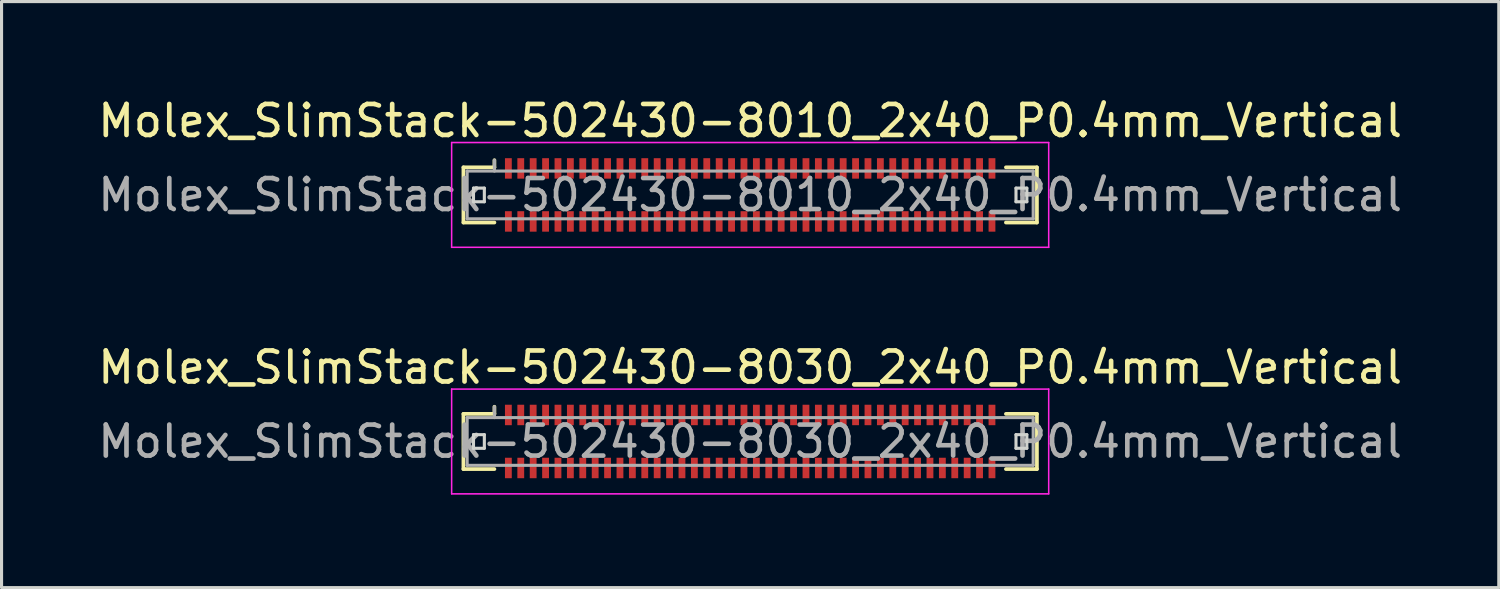
<source format=kicad_pcb>
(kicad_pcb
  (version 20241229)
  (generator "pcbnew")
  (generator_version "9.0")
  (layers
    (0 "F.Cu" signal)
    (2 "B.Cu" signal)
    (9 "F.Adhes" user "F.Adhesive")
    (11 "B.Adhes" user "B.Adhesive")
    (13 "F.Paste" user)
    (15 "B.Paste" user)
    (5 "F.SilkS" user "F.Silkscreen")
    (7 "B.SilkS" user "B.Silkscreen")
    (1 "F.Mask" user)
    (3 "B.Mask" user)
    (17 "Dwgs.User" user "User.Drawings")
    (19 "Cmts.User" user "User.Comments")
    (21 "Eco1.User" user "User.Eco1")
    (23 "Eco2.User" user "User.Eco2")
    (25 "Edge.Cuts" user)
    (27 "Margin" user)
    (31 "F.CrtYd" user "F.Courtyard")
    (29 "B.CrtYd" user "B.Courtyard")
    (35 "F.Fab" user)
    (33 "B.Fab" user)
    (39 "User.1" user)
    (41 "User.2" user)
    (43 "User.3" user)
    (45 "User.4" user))
  (footprint "Molex_SlimStack-502430-8010_2x40_P0.4mm_Vertical"
    (layer "F.Cu")
    (at 21.149 3.238)
    (property "Reference" "Molex_SlimStack-502430-8010_2x40_P0.4mm_Vertical" (at 0 -2.39 0) (layer "F.SilkS") (effects (font (size 1 1) (thickness 0.15))))
    (attr smd)
    (fp_line (start -9.25 -0.89) (end -8.25 -0.89) (stroke (width 0.12) (type solid)) (layer "F.SilkS"))
    (fp_line (start -9.25 0.89) (end -9.25 -0.89) (stroke (width 0.12) (type solid)) (layer "F.SilkS"))
    (fp_line (start -8.25 -0.89) (end -8.25 -1.12) (stroke (width 0.12) (type solid)) (layer "F.SilkS"))
    (fp_line (start -8.25 0.89) (end -9.25 0.89) (stroke (width 0.12) (type solid)) (layer "F.SilkS"))
    (fp_line (start 8.25 0.89) (end 9.25 0.89) (stroke (width 0.12) (type solid)) (layer "F.SilkS"))
    (fp_line (start 9.25 -0.89) (end 8.25 -0.89) (stroke (width 0.12) (type solid)) (layer "F.SilkS"))
    (fp_line (start 9.25 0.89) (end 9.25 -0.89) (stroke (width 0.12) (type solid)) (layer "F.SilkS"))
    (fp_line (start -8.925 -0.22) (end -8.925 0.22) (stroke (width 0.1) (type solid)) (layer "Edge.Cuts"))
    (fp_line (start -8.925 0.22) (end -8.575 0.22) (stroke (width 0.1) (type solid)) (layer "Edge.Cuts"))
    (fp_line (start -8.575 -0.22) (end -8.925 -0.22) (stroke (width 0.1) (type solid)) (layer "Edge.Cuts"))
    (fp_line (start -8.575 0.22) (end -8.575 -0.22) (stroke (width 0.1) (type solid)) (layer "Edge.Cuts"))
    (fp_line (start 8.575 -0.22) (end 8.575 0.22) (stroke (width 0.1) (type solid)) (layer "Edge.Cuts"))
    (fp_line (start 8.575 0.22) (end 8.925 0.22) (stroke (width 0.1) (type solid)) (layer "Edge.Cuts"))
    (fp_line (start 8.925 -0.22) (end 8.575 -0.22) (stroke (width 0.1) (type solid)) (layer "Edge.Cuts"))
    (fp_line (start 8.925 0.22) (end 8.925 -0.22) (stroke (width 0.1) (type solid)) (layer "Edge.Cuts"))
    (fp_line (start -9.63 -1.69) (end -9.63 1.69) (stroke (width 0.05) (type solid)) (layer "F.CrtYd"))
    (fp_line (start -9.63 1.69) (end 9.63 1.69) (stroke (width 0.05) (type solid)) (layer "F.CrtYd"))
    (fp_line (start 9.63 -1.69) (end -9.63 -1.69) (stroke (width 0.05) (type solid)) (layer "F.CrtYd"))
    (fp_line (start 9.63 1.69) (end 9.63 -1.69) (stroke (width 0.05) (type solid)) (layer "F.CrtYd"))
    (fp_line (start -9.13 -0.77) (end -9.13 0.77) (stroke (width 0.1) (type solid)) (layer "F.Fab"))
    (fp_line (start -9.13 0.77) (end 9.13 0.77) (stroke (width 0.1) (type solid)) (layer "F.Fab"))
    (fp_line (start -8.25 -0.77) (end -8.25 -1.12) (stroke (width 0.1) (type solid)) (layer "F.Fab"))
    (fp_line (start 9.13 -0.77) (end -9.13 -0.77) (stroke (width 0.1) (type solid)) (layer "F.Fab"))
    (fp_line (start 9.13 0.77) (end 9.13 -0.77) (stroke (width 0.1) (type solid)) (layer "F.Fab"))
    (fp_text user "${REFERENCE}" (at 0 0 0) (layer "F.Fab") (effects (font (size 1 1) (thickness 0.15))))
    (pad "1" smd rect (at -7.8 -0.855) (size 0.22 0.66) (layers "F.Cu" "F.Mask" "F.Paste"))
    (pad "2" smd rect (at -7.8 0.855) (size 0.22 0.66) (layers "F.Cu" "F.Mask" "F.Paste"))
    (pad "3" smd rect (at -7.4 -0.855) (size 0.22 0.66) (layers "F.Cu" "F.Mask" "F.Paste"))
    (pad "4" smd rect (at -7.4 0.855) (size 0.22 0.66) (layers "F.Cu" "F.Mask" "F.Paste"))
    (pad "5" smd rect (at -7 -0.855) (size 0.22 0.66) (layers "F.Cu" "F.Mask" "F.Paste"))
    (pad "6" smd rect (at -7 0.855) (size 0.22 0.66) (layers "F.Cu" "F.Mask" "F.Paste"))
    (pad "7" smd rect (at -6.6 -0.855) (size 0.22 0.66) (layers "F.Cu" "F.Mask" "F.Paste"))
    (pad "8" smd rect (at -6.6 0.855) (size 0.22 0.66) (layers "F.Cu" "F.Mask" "F.Paste"))
    (pad "9" smd rect (at -6.2 -0.855) (size 0.22 0.66) (layers "F.Cu" "F.Mask" "F.Paste"))
    (pad "10" smd rect (at -6.2 0.855) (size 0.22 0.66) (layers "F.Cu" "F.Mask" "F.Paste"))
    (pad "11" smd rect (at -5.8 -0.855) (size 0.22 0.66) (layers "F.Cu" "F.Mask" "F.Paste"))
    (pad "12" smd rect (at -5.8 0.855) (size 0.22 0.66) (layers "F.Cu" "F.Mask" "F.Paste"))
    (pad "13" smd rect (at -5.4 -0.855) (size 0.22 0.66) (layers "F.Cu" "F.Mask" "F.Paste"))
    (pad "14" smd rect (at -5.4 0.855) (size 0.22 0.66) (layers "F.Cu" "F.Mask" "F.Paste"))
    (pad "15" smd rect (at -5 -0.855) (size 0.22 0.66) (layers "F.Cu" "F.Mask" "F.Paste"))
    (pad "16" smd rect (at -5 0.855) (size 0.22 0.66) (layers "F.Cu" "F.Mask" "F.Paste"))
    (pad "17" smd rect (at -4.6 -0.855) (size 0.22 0.66) (layers "F.Cu" "F.Mask" "F.Paste"))
    (pad "18" smd rect (at -4.6 0.855) (size 0.22 0.66) (layers "F.Cu" "F.Mask" "F.Paste"))
    (pad "19" smd rect (at -4.2 -0.855) (size 0.22 0.66) (layers "F.Cu" "F.Mask" "F.Paste"))
    (pad "20" smd rect (at -4.2 0.855) (size 0.22 0.66) (layers "F.Cu" "F.Mask" "F.Paste"))
    (pad "21" smd rect (at -3.8 -0.855) (size 0.22 0.66) (layers "F.Cu" "F.Mask" "F.Paste"))
    (pad "22" smd rect (at -3.8 0.855) (size 0.22 0.66) (layers "F.Cu" "F.Mask" "F.Paste"))
    (pad "23" smd rect (at -3.4 -0.855) (size 0.22 0.66) (layers "F.Cu" "F.Mask" "F.Paste"))
    (pad "24" smd rect (at -3.4 0.855) (size 0.22 0.66) (layers "F.Cu" "F.Mask" "F.Paste"))
    (pad "25" smd rect (at -3 -0.855) (size 0.22 0.66) (layers "F.Cu" "F.Mask" "F.Paste"))
    (pad "26" smd rect (at -3 0.855) (size 0.22 0.66) (layers "F.Cu" "F.Mask" "F.Paste"))
    (pad "27" smd rect (at -2.6 -0.855) (size 0.22 0.66) (layers "F.Cu" "F.Mask" "F.Paste"))
    (pad "28" smd rect (at -2.6 0.855) (size 0.22 0.66) (layers "F.Cu" "F.Mask" "F.Paste"))
    (pad "29" smd rect (at -2.2 -0.855) (size 0.22 0.66) (layers "F.Cu" "F.Mask" "F.Paste"))
    (pad "30" smd rect (at -2.2 0.855) (size 0.22 0.66) (layers "F.Cu" "F.Mask" "F.Paste"))
    (pad "31" smd rect (at -1.8 -0.855) (size 0.22 0.66) (layers "F.Cu" "F.Mask" "F.Paste"))
    (pad "32" smd rect (at -1.8 0.855) (size 0.22 0.66) (layers "F.Cu" "F.Mask" "F.Paste"))
    (pad "33" smd rect (at -1.4 -0.855) (size 0.22 0.66) (layers "F.Cu" "F.Mask" "F.Paste"))
    (pad "34" smd rect (at -1.4 0.855) (size 0.22 0.66) (layers "F.Cu" "F.Mask" "F.Paste"))
    (pad "35" smd rect (at -1 -0.855) (size 0.22 0.66) (layers "F.Cu" "F.Mask" "F.Paste"))
    (pad "36" smd rect (at -1 0.855) (size 0.22 0.66) (layers "F.Cu" "F.Mask" "F.Paste"))
    (pad "37" smd rect (at -0.6 -0.855) (size 0.22 0.66) (layers "F.Cu" "F.Mask" "F.Paste"))
    (pad "38" smd rect (at -0.6 0.855) (size 0.22 0.66) (layers "F.Cu" "F.Mask" "F.Paste"))
    (pad "39" smd rect (at -0.2 -0.855) (size 0.22 0.66) (layers "F.Cu" "F.Mask" "F.Paste"))
    (pad "40" smd rect (at -0.2 0.855) (size 0.22 0.66) (layers "F.Cu" "F.Mask" "F.Paste"))
    (pad "41" smd rect (at 0.2 -0.855) (size 0.22 0.66) (layers "F.Cu" "F.Mask" "F.Paste"))
    (pad "42" smd rect (at 0.2 0.855) (size 0.22 0.66) (layers "F.Cu" "F.Mask" "F.Paste"))
    (pad "43" smd rect (at 0.6 -0.855) (size 0.22 0.66) (layers "F.Cu" "F.Mask" "F.Paste"))
    (pad "44" smd rect (at 0.6 0.855) (size 0.22 0.66) (layers "F.Cu" "F.Mask" "F.Paste"))
    (pad "45" smd rect (at 1 -0.855) (size 0.22 0.66) (layers "F.Cu" "F.Mask" "F.Paste"))
    (pad "46" smd rect (at 1 0.855) (size 0.22 0.66) (layers "F.Cu" "F.Mask" "F.Paste"))
    (pad "47" smd rect (at 1.4 -0.855) (size 0.22 0.66) (layers "F.Cu" "F.Mask" "F.Paste"))
    (pad "48" smd rect (at 1.4 0.855) (size 0.22 0.66) (layers "F.Cu" "F.Mask" "F.Paste"))
    (pad "49" smd rect (at 1.8 -0.855) (size 0.22 0.66) (layers "F.Cu" "F.Mask" "F.Paste"))
    (pad "50" smd rect (at 1.8 0.855) (size 0.22 0.66) (layers "F.Cu" "F.Mask" "F.Paste"))
    (pad "51" smd rect (at 2.2 -0.855) (size 0.22 0.66) (layers "F.Cu" "F.Mask" "F.Paste"))
    (pad "52" smd rect (at 2.2 0.855) (size 0.22 0.66) (layers "F.Cu" "F.Mask" "F.Paste"))
    (pad "53" smd rect (at 2.6 -0.855) (size 0.22 0.66) (layers "F.Cu" "F.Mask" "F.Paste"))
    (pad "54" smd rect (at 2.6 0.855) (size 0.22 0.66) (layers "F.Cu" "F.Mask" "F.Paste"))
    (pad "55" smd rect (at 3 -0.855) (size 0.22 0.66) (layers "F.Cu" "F.Mask" "F.Paste"))
    (pad "56" smd rect (at 3 0.855) (size 0.22 0.66) (layers "F.Cu" "F.Mask" "F.Paste"))
    (pad "57" smd rect (at 3.4 -0.855) (size 0.22 0.66) (layers "F.Cu" "F.Mask" "F.Paste"))
    (pad "58" smd rect (at 3.4 0.855) (size 0.22 0.66) (layers "F.Cu" "F.Mask" "F.Paste"))
    (pad "59" smd rect (at 3.8 -0.855) (size 0.22 0.66) (layers "F.Cu" "F.Mask" "F.Paste"))
    (pad "60" smd rect (at 3.8 0.855) (size 0.22 0.66) (layers "F.Cu" "F.Mask" "F.Paste"))
    (pad "61" smd rect (at 4.2 -0.855) (size 0.22 0.66) (layers "F.Cu" "F.Mask" "F.Paste"))
    (pad "62" smd rect (at 4.2 0.855) (size 0.22 0.66) (layers "F.Cu" "F.Mask" "F.Paste"))
    (pad "63" smd rect (at 4.6 -0.855) (size 0.22 0.66) (layers "F.Cu" "F.Mask" "F.Paste"))
    (pad "64" smd rect (at 4.6 0.855) (size 0.22 0.66) (layers "F.Cu" "F.Mask" "F.Paste"))
    (pad "65" smd rect (at 5 -0.855) (size 0.22 0.66) (layers "F.Cu" "F.Mask" "F.Paste"))
    (pad "66" smd rect (at 5 0.855) (size 0.22 0.66) (layers "F.Cu" "F.Mask" "F.Paste"))
    (pad "67" smd rect (at 5.4 -0.855) (size 0.22 0.66) (layers "F.Cu" "F.Mask" "F.Paste"))
    (pad "68" smd rect (at 5.4 0.855) (size 0.22 0.66) (layers "F.Cu" "F.Mask" "F.Paste"))
    (pad "69" smd rect (at 5.8 -0.855) (size 0.22 0.66) (layers "F.Cu" "F.Mask" "F.Paste"))
    (pad "70" smd rect (at 5.8 0.855) (size 0.22 0.66) (layers "F.Cu" "F.Mask" "F.Paste"))
    (pad "71" smd rect (at 6.2 -0.855) (size 0.22 0.66) (layers "F.Cu" "F.Mask" "F.Paste"))
    (pad "72" smd rect (at 6.2 0.855) (size 0.22 0.66) (layers "F.Cu" "F.Mask" "F.Paste"))
    (pad "73" smd rect (at 6.6 -0.855) (size 0.22 0.66) (layers "F.Cu" "F.Mask" "F.Paste"))
    (pad "74" smd rect (at 6.6 0.855) (size 0.22 0.66) (layers "F.Cu" "F.Mask" "F.Paste"))
    (pad "75" smd rect (at 7 -0.855) (size 0.22 0.66) (layers "F.Cu" "F.Mask" "F.Paste"))
    (pad "76" smd rect (at 7 0.855) (size 0.22 0.66) (layers "F.Cu" "F.Mask" "F.Paste"))
    (pad "77" smd rect (at 7.4 -0.855) (size 0.22 0.66) (layers "F.Cu" "F.Mask" "F.Paste"))
    (pad "78" smd rect (at 7.4 0.855) (size 0.22 0.66) (layers "F.Cu" "F.Mask" "F.Paste"))
    (pad "79" smd rect (at 7.8 -0.855) (size 0.22 0.66) (layers "F.Cu" "F.Mask" "F.Paste"))
    (pad "80" smd rect (at 7.8 0.855) (size 0.22 0.66) (layers "F.Cu" "F.Mask" "F.Paste")))
  (footprint "Molex_SlimStack-502430-8030_2x40_P0.4mm_Vertical"
    (layer "F.Cu")
    (at 21.149 11.191)
    (property "Reference" "Molex_SlimStack-502430-8030_2x40_P0.4mm_Vertical" (at 0 -2.39 0) (layer "F.SilkS") (effects (font (size 1 1) (thickness 0.15))))
    (attr smd)
    (fp_line (start -9.25 -0.89) (end -8.25 -0.89) (stroke (width 0.12) (type solid)) (layer "F.SilkS"))
    (fp_line (start -9.25 0.89) (end -9.25 -0.89) (stroke (width 0.12) (type solid)) (layer "F.SilkS"))
    (fp_line (start -8.25 -0.89) (end -8.25 -1.12) (stroke (width 0.12) (type solid)) (layer "F.SilkS"))
    (fp_line (start -8.25 0.89) (end -9.25 0.89) (stroke (width 0.12) (type solid)) (layer "F.SilkS"))
    (fp_line (start 8.25 0.89) (end 9.25 0.89) (stroke (width 0.12) (type solid)) (layer "F.SilkS"))
    (fp_line (start 9.25 -0.89) (end 8.25 -0.89) (stroke (width 0.12) (type solid)) (layer "F.SilkS"))
    (fp_line (start 9.25 0.89) (end 9.25 -0.89) (stroke (width 0.12) (type solid)) (layer "F.SilkS"))
    (fp_line (start -8.925 -0.22) (end -8.925 0.22) (stroke (width 0.1) (type solid)) (layer "Edge.Cuts"))
    (fp_line (start -8.925 0.22) (end -8.575 0.22) (stroke (width 0.1) (type solid)) (layer "Edge.Cuts"))
    (fp_line (start -8.575 -0.22) (end -8.925 -0.22) (stroke (width 0.1) (type solid)) (layer "Edge.Cuts"))
    (fp_line (start -8.575 0.22) (end -8.575 -0.22) (stroke (width 0.1) (type solid)) (layer "Edge.Cuts"))
    (fp_line (start 8.575 -0.22) (end 8.575 0.22) (stroke (width 0.1) (type solid)) (layer "Edge.Cuts"))
    (fp_line (start 8.575 0.22) (end 8.925 0.22) (stroke (width 0.1) (type solid)) (layer "Edge.Cuts"))
    (fp_line (start 8.925 -0.22) (end 8.575 -0.22) (stroke (width 0.1) (type solid)) (layer "Edge.Cuts"))
    (fp_line (start 8.925 0.22) (end 8.925 -0.22) (stroke (width 0.1) (type solid)) (layer "Edge.Cuts"))
    (fp_line (start -9.63 -1.69) (end -9.63 1.69) (stroke (width 0.05) (type solid)) (layer "F.CrtYd"))
    (fp_line (start -9.63 1.69) (end 9.63 1.69) (stroke (width 0.05) (type solid)) (layer "F.CrtYd"))
    (fp_line (start 9.63 -1.69) (end -9.63 -1.69) (stroke (width 0.05) (type solid)) (layer "F.CrtYd"))
    (fp_line (start 9.63 1.69) (end 9.63 -1.69) (stroke (width 0.05) (type solid)) (layer "F.CrtYd"))
    (fp_line (start -9.13 -0.77) (end -9.13 0.77) (stroke (width 0.1) (type solid)) (layer "F.Fab"))
    (fp_line (start -9.13 0.77) (end 9.13 0.77) (stroke (width 0.1) (type solid)) (layer "F.Fab"))
    (fp_line (start -8.25 -0.77) (end -8.25 -1.12) (stroke (width 0.1) (type solid)) (layer "F.Fab"))
    (fp_line (start 9.13 -0.77) (end -9.13 -0.77) (stroke (width 0.1) (type solid)) (layer "F.Fab"))
    (fp_line (start 9.13 0.77) (end 9.13 -0.77) (stroke (width 0.1) (type solid)) (layer "F.Fab"))
    (fp_text user "${REFERENCE}" (at 0 0 0) (layer "F.Fab") (effects (font (size 1 1) (thickness 0.15))))
    (pad "1" smd rect (at -7.8 -0.855) (size 0.22 0.66) (layers "F.Cu" "F.Mask" "F.Paste"))
    (pad "2" smd rect (at -7.8 0.855) (size 0.22 0.66) (layers "F.Cu" "F.Mask" "F.Paste"))
    (pad "3" smd rect (at -7.4 -0.855) (size 0.22 0.66) (layers "F.Cu" "F.Mask" "F.Paste"))
    (pad "4" smd rect (at -7.4 0.855) (size 0.22 0.66) (layers "F.Cu" "F.Mask" "F.Paste"))
    (pad "5" smd rect (at -7 -0.855) (size 0.22 0.66) (layers "F.Cu" "F.Mask" "F.Paste"))
    (pad "6" smd rect (at -7 0.855) (size 0.22 0.66) (layers "F.Cu" "F.Mask" "F.Paste"))
    (pad "7" smd rect (at -6.6 -0.855) (size 0.22 0.66) (layers "F.Cu" "F.Mask" "F.Paste"))
    (pad "8" smd rect (at -6.6 0.855) (size 0.22 0.66) (layers "F.Cu" "F.Mask" "F.Paste"))
    (pad "9" smd rect (at -6.2 -0.855) (size 0.22 0.66) (layers "F.Cu" "F.Mask" "F.Paste"))
    (pad "10" smd rect (at -6.2 0.855) (size 0.22 0.66) (layers "F.Cu" "F.Mask" "F.Paste"))
    (pad "11" smd rect (at -5.8 -0.855) (size 0.22 0.66) (layers "F.Cu" "F.Mask" "F.Paste"))
    (pad "12" smd rect (at -5.8 0.855) (size 0.22 0.66) (layers "F.Cu" "F.Mask" "F.Paste"))
    (pad "13" smd rect (at -5.4 -0.855) (size 0.22 0.66) (layers "F.Cu" "F.Mask" "F.Paste"))
    (pad "14" smd rect (at -5.4 0.855) (size 0.22 0.66) (layers "F.Cu" "F.Mask" "F.Paste"))
    (pad "15" smd rect (at -5 -0.855) (size 0.22 0.66) (layers "F.Cu" "F.Mask" "F.Paste"))
    (pad "16" smd rect (at -5 0.855) (size 0.22 0.66) (layers "F.Cu" "F.Mask" "F.Paste"))
    (pad "17" smd rect (at -4.6 -0.855) (size 0.22 0.66) (layers "F.Cu" "F.Mask" "F.Paste"))
    (pad "18" smd rect (at -4.6 0.855) (size 0.22 0.66) (layers "F.Cu" "F.Mask" "F.Paste"))
    (pad "19" smd rect (at -4.2 -0.855) (size 0.22 0.66) (layers "F.Cu" "F.Mask" "F.Paste"))
    (pad "20" smd rect (at -4.2 0.855) (size 0.22 0.66) (layers "F.Cu" "F.Mask" "F.Paste"))
    (pad "21" smd rect (at -3.8 -0.855) (size 0.22 0.66) (layers "F.Cu" "F.Mask" "F.Paste"))
    (pad "22" smd rect (at -3.8 0.855) (size 0.22 0.66) (layers "F.Cu" "F.Mask" "F.Paste"))
    (pad "23" smd rect (at -3.4 -0.855) (size 0.22 0.66) (layers "F.Cu" "F.Mask" "F.Paste"))
    (pad "24" smd rect (at -3.4 0.855) (size 0.22 0.66) (layers "F.Cu" "F.Mask" "F.Paste"))
    (pad "25" smd rect (at -3 -0.855) (size 0.22 0.66) (layers "F.Cu" "F.Mask" "F.Paste"))
    (pad "26" smd rect (at -3 0.855) (size 0.22 0.66) (layers "F.Cu" "F.Mask" "F.Paste"))
    (pad "27" smd rect (at -2.6 -0.855) (size 0.22 0.66) (layers "F.Cu" "F.Mask" "F.Paste"))
    (pad "28" smd rect (at -2.6 0.855) (size 0.22 0.66) (layers "F.Cu" "F.Mask" "F.Paste"))
    (pad "29" smd rect (at -2.2 -0.855) (size 0.22 0.66) (layers "F.Cu" "F.Mask" "F.Paste"))
    (pad "30" smd rect (at -2.2 0.855) (size 0.22 0.66) (layers "F.Cu" "F.Mask" "F.Paste"))
    (pad "31" smd rect (at -1.8 -0.855) (size 0.22 0.66) (layers "F.Cu" "F.Mask" "F.Paste"))
    (pad "32" smd rect (at -1.8 0.855) (size 0.22 0.66) (layers "F.Cu" "F.Mask" "F.Paste"))
    (pad "33" smd rect (at -1.4 -0.855) (size 0.22 0.66) (layers "F.Cu" "F.Mask" "F.Paste"))
    (pad "34" smd rect (at -1.4 0.855) (size 0.22 0.66) (layers "F.Cu" "F.Mask" "F.Paste"))
    (pad "35" smd rect (at -1 -0.855) (size 0.22 0.66) (layers "F.Cu" "F.Mask" "F.Paste"))
    (pad "36" smd rect (at -1 0.855) (size 0.22 0.66) (layers "F.Cu" "F.Mask" "F.Paste"))
    (pad "37" smd rect (at -0.6 -0.855) (size 0.22 0.66) (layers "F.Cu" "F.Mask" "F.Paste"))
    (pad "38" smd rect (at -0.6 0.855) (size 0.22 0.66) (layers "F.Cu" "F.Mask" "F.Paste"))
    (pad "39" smd rect (at -0.2 -0.855) (size 0.22 0.66) (layers "F.Cu" "F.Mask" "F.Paste"))
    (pad "40" smd rect (at -0.2 0.855) (size 0.22 0.66) (layers "F.Cu" "F.Mask" "F.Paste"))
    (pad "41" smd rect (at 0.2 -0.855) (size 0.22 0.66) (layers "F.Cu" "F.Mask" "F.Paste"))
    (pad "42" smd rect (at 0.2 0.855) (size 0.22 0.66) (layers "F.Cu" "F.Mask" "F.Paste"))
    (pad "43" smd rect (at 0.6 -0.855) (size 0.22 0.66) (layers "F.Cu" "F.Mask" "F.Paste"))
    (pad "44" smd rect (at 0.6 0.855) (size 0.22 0.66) (layers "F.Cu" "F.Mask" "F.Paste"))
    (pad "45" smd rect (at 1 -0.855) (size 0.22 0.66) (layers "F.Cu" "F.Mask" "F.Paste"))
    (pad "46" smd rect (at 1 0.855) (size 0.22 0.66) (layers "F.Cu" "F.Mask" "F.Paste"))
    (pad "47" smd rect (at 1.4 -0.855) (size 0.22 0.66) (layers "F.Cu" "F.Mask" "F.Paste"))
    (pad "48" smd rect (at 1.4 0.855) (size 0.22 0.66) (layers "F.Cu" "F.Mask" "F.Paste"))
    (pad "49" smd rect (at 1.8 -0.855) (size 0.22 0.66) (layers "F.Cu" "F.Mask" "F.Paste"))
    (pad "50" smd rect (at 1.8 0.855) (size 0.22 0.66) (layers "F.Cu" "F.Mask" "F.Paste"))
    (pad "51" smd rect (at 2.2 -0.855) (size 0.22 0.66) (layers "F.Cu" "F.Mask" "F.Paste"))
    (pad "52" smd rect (at 2.2 0.855) (size 0.22 0.66) (layers "F.Cu" "F.Mask" "F.Paste"))
    (pad "53" smd rect (at 2.6 -0.855) (size 0.22 0.66) (layers "F.Cu" "F.Mask" "F.Paste"))
    (pad "54" smd rect (at 2.6 0.855) (size 0.22 0.66) (layers "F.Cu" "F.Mask" "F.Paste"))
    (pad "55" smd rect (at 3 -0.855) (size 0.22 0.66) (layers "F.Cu" "F.Mask" "F.Paste"))
    (pad "56" smd rect (at 3 0.855) (size 0.22 0.66) (layers "F.Cu" "F.Mask" "F.Paste"))
    (pad "57" smd rect (at 3.4 -0.855) (size 0.22 0.66) (layers "F.Cu" "F.Mask" "F.Paste"))
    (pad "58" smd rect (at 3.4 0.855) (size 0.22 0.66) (layers "F.Cu" "F.Mask" "F.Paste"))
    (pad "59" smd rect (at 3.8 -0.855) (size 0.22 0.66) (layers "F.Cu" "F.Mask" "F.Paste"))
    (pad "60" smd rect (at 3.8 0.855) (size 0.22 0.66) (layers "F.Cu" "F.Mask" "F.Paste"))
    (pad "61" smd rect (at 4.2 -0.855) (size 0.22 0.66) (layers "F.Cu" "F.Mask" "F.Paste"))
    (pad "62" smd rect (at 4.2 0.855) (size 0.22 0.66) (layers "F.Cu" "F.Mask" "F.Paste"))
    (pad "63" smd rect (at 4.6 -0.855) (size 0.22 0.66) (layers "F.Cu" "F.Mask" "F.Paste"))
    (pad "64" smd rect (at 4.6 0.855) (size 0.22 0.66) (layers "F.Cu" "F.Mask" "F.Paste"))
    (pad "65" smd rect (at 5 -0.855) (size 0.22 0.66) (layers "F.Cu" "F.Mask" "F.Paste"))
    (pad "66" smd rect (at 5 0.855) (size 0.22 0.66) (layers "F.Cu" "F.Mask" "F.Paste"))
    (pad "67" smd rect (at 5.4 -0.855) (size 0.22 0.66) (layers "F.Cu" "F.Mask" "F.Paste"))
    (pad "68" smd rect (at 5.4 0.855) (size 0.22 0.66) (layers "F.Cu" "F.Mask" "F.Paste"))
    (pad "69" smd rect (at 5.8 -0.855) (size 0.22 0.66) (layers "F.Cu" "F.Mask" "F.Paste"))
    (pad "70" smd rect (at 5.8 0.855) (size 0.22 0.66) (layers "F.Cu" "F.Mask" "F.Paste"))
    (pad "71" smd rect (at 6.2 -0.855) (size 0.22 0.66) (layers "F.Cu" "F.Mask" "F.Paste"))
    (pad "72" smd rect (at 6.2 0.855) (size 0.22 0.66) (layers "F.Cu" "F.Mask" "F.Paste"))
    (pad "73" smd rect (at 6.6 -0.855) (size 0.22 0.66) (layers "F.Cu" "F.Mask" "F.Paste"))
    (pad "74" smd rect (at 6.6 0.855) (size 0.22 0.66) (layers "F.Cu" "F.Mask" "F.Paste"))
    (pad "75" smd rect (at 7 -0.855) (size 0.22 0.66) (layers "F.Cu" "F.Mask" "F.Paste"))
    (pad "76" smd rect (at 7 0.855) (size 0.22 0.66) (layers "F.Cu" "F.Mask" "F.Paste"))
    (pad "77" smd rect (at 7.4 -0.855) (size 0.22 0.66) (layers "F.Cu" "F.Mask" "F.Paste"))
    (pad "78" smd rect (at 7.4 0.855) (size 0.22 0.66) (layers "F.Cu" "F.Mask" "F.Paste"))
    (pad "79" smd rect (at 7.8 -0.855) (size 0.22 0.66) (layers "F.Cu" "F.Mask" "F.Paste"))
    (pad "80" smd rect (at 7.8 0.855) (size 0.22 0.66) (layers "F.Cu" "F.Mask" "F.Paste")))
  (gr_rect
    (start -3 -3)
    (end 45.298 15.906)
    (stroke (width 0.1) (type default))
    (fill no)
    (layer "Edge.Cuts")))
</source>
